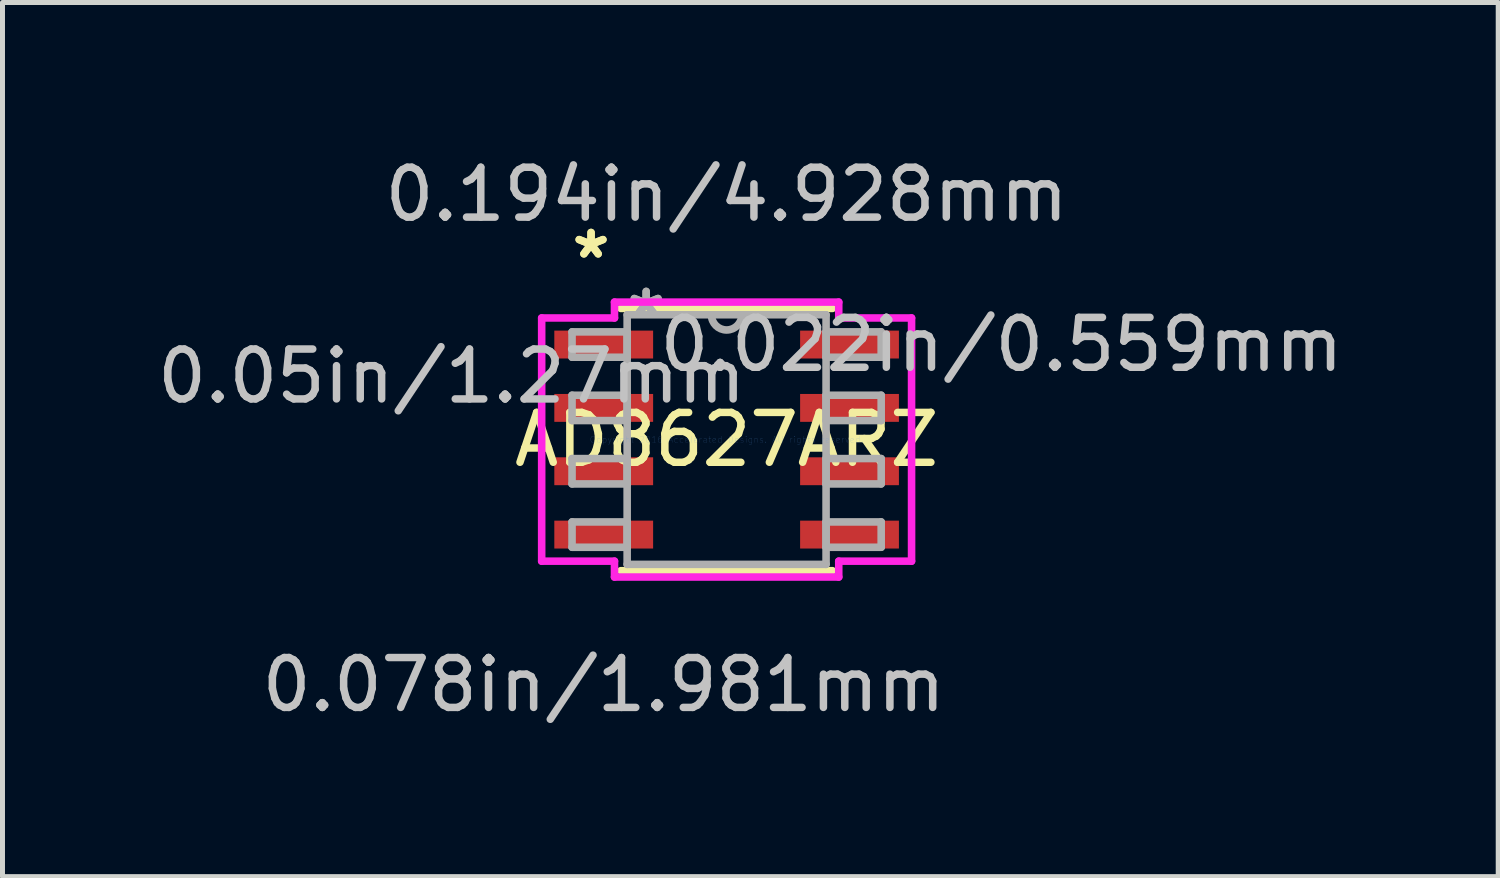
<source format=kicad_pcb>
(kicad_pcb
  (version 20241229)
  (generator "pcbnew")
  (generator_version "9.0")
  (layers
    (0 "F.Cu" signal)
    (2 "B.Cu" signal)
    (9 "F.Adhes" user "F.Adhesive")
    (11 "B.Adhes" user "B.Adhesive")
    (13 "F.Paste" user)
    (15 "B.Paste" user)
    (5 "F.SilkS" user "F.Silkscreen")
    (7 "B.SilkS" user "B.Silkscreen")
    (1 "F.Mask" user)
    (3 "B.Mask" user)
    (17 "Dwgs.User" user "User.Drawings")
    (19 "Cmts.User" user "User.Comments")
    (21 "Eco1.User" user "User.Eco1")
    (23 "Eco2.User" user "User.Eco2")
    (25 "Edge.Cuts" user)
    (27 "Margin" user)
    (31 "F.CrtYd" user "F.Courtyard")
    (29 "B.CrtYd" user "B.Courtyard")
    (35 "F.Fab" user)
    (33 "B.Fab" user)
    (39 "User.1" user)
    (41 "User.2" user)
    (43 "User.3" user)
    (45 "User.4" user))
  (footprint "AD8627ARZ"
    (layer "F.Cu")
    (at 11.518 5.763)
    (property "Reference" "AD8627ARZ" (at 0 0 0) (layer "F.SilkS") (effects (font (size 1 1) (thickness 0.15))))
    (attr through_hole)
    (fp_line (start -2.121 2.629) (end 2.121 2.629) (stroke (width 0.152) (type solid)) (layer "F.SilkS"))
    (fp_line (start 2.121 -2.629) (end -2.121 -2.629) (stroke (width 0.152) (type solid)) (layer "F.SilkS"))
    (fp_line (start -3.708 -2.438) (end -2.248 -2.438) (stroke (width 0.152) (type solid)) (layer "F.CrtYd"))
    (fp_line (start -3.708 2.438) (end -3.708 -2.438) (stroke (width 0.152) (type solid)) (layer "F.CrtYd"))
    (fp_line (start -2.248 -2.756) (end 2.248 -2.756) (stroke (width 0.152) (type solid)) (layer "F.CrtYd"))
    (fp_line (start -2.248 -2.438) (end -2.248 -2.756) (stroke (width 0.152) (type solid)) (layer "F.CrtYd"))
    (fp_line (start -2.248 2.438) (end -3.708 2.438) (stroke (width 0.152) (type solid)) (layer "F.CrtYd"))
    (fp_line (start -2.248 2.756) (end -2.248 2.438) (stroke (width 0.152) (type solid)) (layer "F.CrtYd"))
    (fp_line (start 2.248 -2.756) (end 2.248 -2.438) (stroke (width 0.152) (type solid)) (layer "F.CrtYd"))
    (fp_line (start 2.248 -2.438) (end 3.708 -2.438) (stroke (width 0.152) (type solid)) (layer "F.CrtYd"))
    (fp_line (start 2.248 2.438) (end 2.248 2.756) (stroke (width 0.152) (type solid)) (layer "F.CrtYd"))
    (fp_line (start 2.248 2.756) (end -2.248 2.756) (stroke (width 0.152) (type solid)) (layer "F.CrtYd"))
    (fp_line (start 3.708 -2.438) (end 3.708 2.438) (stroke (width 0.152) (type solid)) (layer "F.CrtYd"))
    (fp_line (start 3.708 2.438) (end 2.248 2.438) (stroke (width 0.152) (type solid)) (layer "F.CrtYd"))
    (fp_line (start -3.099 -2.159) (end -3.099 -1.651) (stroke (width 0.152) (type solid)) (layer "F.Fab"))
    (fp_line (start -3.099 -1.651) (end -1.994 -1.651) (stroke (width 0.152) (type solid)) (layer "F.Fab"))
    (fp_line (start -3.099 -0.889) (end -3.099 -0.381) (stroke (width 0.152) (type solid)) (layer "F.Fab"))
    (fp_line (start -3.099 -0.381) (end -1.994 -0.381) (stroke (width 0.152) (type solid)) (layer "F.Fab"))
    (fp_line (start -3.099 0.381) (end -3.099 0.889) (stroke (width 0.152) (type solid)) (layer "F.Fab"))
    (fp_line (start -3.099 0.889) (end -1.994 0.889) (stroke (width 0.152) (type solid)) (layer "F.Fab"))
    (fp_line (start -3.099 1.651) (end -3.099 2.159) (stroke (width 0.152) (type solid)) (layer "F.Fab"))
    (fp_line (start -3.099 2.159) (end -1.994 2.159) (stroke (width 0.152) (type solid)) (layer "F.Fab"))
    (fp_line (start -1.994 -2.502) (end -1.994 2.502) (stroke (width 0.152) (type solid)) (layer "F.Fab"))
    (fp_line (start -1.994 -2.159) (end -3.099 -2.159) (stroke (width 0.152) (type solid)) (layer "F.Fab"))
    (fp_line (start -1.994 -1.651) (end -1.994 -2.159) (stroke (width 0.152) (type solid)) (layer "F.Fab"))
    (fp_line (start -1.994 -0.889) (end -3.099 -0.889) (stroke (width 0.152) (type solid)) (layer "F.Fab"))
    (fp_line (start -1.994 -0.381) (end -1.994 -0.889) (stroke (width 0.152) (type solid)) (layer "F.Fab"))
    (fp_line (start -1.994 0.381) (end -3.099 0.381) (stroke (width 0.152) (type solid)) (layer "F.Fab"))
    (fp_line (start -1.994 0.889) (end -1.994 0.381) (stroke (width 0.152) (type solid)) (layer "F.Fab"))
    (fp_line (start -1.994 1.651) (end -3.099 1.651) (stroke (width 0.152) (type solid)) (layer "F.Fab"))
    (fp_line (start -1.994 2.159) (end -1.994 1.651) (stroke (width 0.152) (type solid)) (layer "F.Fab"))
    (fp_line (start -1.994 2.502) (end 1.994 2.502) (stroke (width 0.152) (type solid)) (layer "F.Fab"))
    (fp_line (start 1.994 -2.502) (end -1.994 -2.502) (stroke (width 0.152) (type solid)) (layer "F.Fab"))
    (fp_line (start 1.994 -2.159) (end 1.994 -1.651) (stroke (width 0.152) (type solid)) (layer "F.Fab"))
    (fp_line (start 1.994 -1.651) (end 3.099 -1.651) (stroke (width 0.152) (type solid)) (layer "F.Fab"))
    (fp_line (start 1.994 -0.889) (end 1.994 -0.381) (stroke (width 0.152) (type solid)) (layer "F.Fab"))
    (fp_line (start 1.994 -0.381) (end 3.099 -0.381) (stroke (width 0.152) (type solid)) (layer "F.Fab"))
    (fp_line (start 1.994 0.381) (end 1.994 0.889) (stroke (width 0.152) (type solid)) (layer "F.Fab"))
    (fp_line (start 1.994 0.889) (end 3.099 0.889) (stroke (width 0.152) (type solid)) (layer "F.Fab"))
    (fp_line (start 1.994 1.651) (end 1.994 2.159) (stroke (width 0.152) (type solid)) (layer "F.Fab"))
    (fp_line (start 1.994 2.159) (end 3.099 2.159) (stroke (width 0.152) (type solid)) (layer "F.Fab"))
    (fp_line (start 1.994 2.502) (end 1.994 -2.502) (stroke (width 0.152) (type solid)) (layer "F.Fab"))
    (fp_line (start 3.099 -2.159) (end 1.994 -2.159) (stroke (width 0.152) (type solid)) (layer "F.Fab"))
    (fp_line (start 3.099 -1.651) (end 3.099 -2.159) (stroke (width 0.152) (type solid)) (layer "F.Fab"))
    (fp_line (start 3.099 -0.889) (end 1.994 -0.889) (stroke (width 0.152) (type solid)) (layer "F.Fab"))
    (fp_line (start 3.099 -0.381) (end 3.099 -0.889) (stroke (width 0.152) (type solid)) (layer "F.Fab"))
    (fp_line (start 3.099 0.381) (end 1.994 0.381) (stroke (width 0.152) (type solid)) (layer "F.Fab"))
    (fp_line (start 3.099 0.889) (end 3.099 0.381) (stroke (width 0.152) (type solid)) (layer "F.Fab"))
    (fp_line (start 3.099 1.651) (end 1.994 1.651) (stroke (width 0.152) (type solid)) (layer "F.Fab"))
    (fp_line (start 3.099 2.159) (end 3.099 1.651) (stroke (width 0.152) (type solid)) (layer "F.Fab"))
    (fp_arc (start 0.3048 -2.5019) (mid 0 -2.1971) (end -0.3048 -2.5019) (stroke (width 0.1524) (type solid)) (layer "F.Fab"))
    (fp_text user "*" (at -2.718 -3.607 0) (layer "F.SilkS") (effects (font (size 1 1) (thickness 0.15))))
    (fp_text user "*" (at -2.718 -3.607 0) (layer "F.SilkS") (effects (font (size 1 1) (thickness 0.15))))
    (fp_text user "0.194in/4.928mm" (at 0 -4.915 0) (layer "Dwgs.User") (effects (font (size 1 1) (thickness 0.15))))
    (fp_text user "0.022in/0.559mm" (at 5.512 -1.905 0) (layer "Dwgs.User") (effects (font (size 1 1) (thickness 0.15))))
    (fp_text user "0.078in/1.981mm" (at -2.464 4.915 0) (layer "Dwgs.User") (effects (font (size 1 1) (thickness 0.15))))
    (fp_text user "0.05in/1.27mm" (at -5.512 -1.27 0) (layer "Dwgs.User") (effects (font (size 1 1) (thickness 0.15))))
    (fp_text user "Copyright 2016 Accelerated Designs. All rights reserved." (at 0 0 0) (layer "Cmts.User") (effects (font (size 0.127 0.127) (thickness 0.002))))
    (fp_text user "*" (at -1.613 -2.426 0) (layer "F.Fab") (effects (font (size 1 1) (thickness 0.15))))
    (fp_text user "*" (at -1.613 -2.426 0) (layer "F.Fab") (effects (font (size 1 1) (thickness 0.15))))
    (pad "1" smd rect (at -2.464 -1.905) (size 1.981 0.559) (layers "F.Cu" "F.Mask" "F.Paste"))
    (pad "2" smd rect (at -2.464 -0.635) (size 1.981 0.559) (layers "F.Cu" "F.Mask" "F.Paste"))
    (pad "3" smd rect (at -2.464 0.635) (size 1.981 0.559) (layers "F.Cu" "F.Mask" "F.Paste"))
    (pad "4" smd rect (at -2.464 1.905) (size 1.981 0.559) (layers "F.Cu" "F.Mask" "F.Paste"))
    (pad "5" smd rect (at 2.464 1.905) (size 1.981 0.559) (layers "F.Cu" "F.Mask" "F.Paste"))
    (pad "6" smd rect (at 2.464 0.635) (size 1.981 0.559) (layers "F.Cu" "F.Mask" "F.Paste"))
    (pad "7" smd rect (at 2.464 -0.635) (size 1.981 0.559) (layers "F.Cu" "F.Mask" "F.Paste"))
    (pad "8" smd rect (at 2.464 -1.905) (size 1.981 0.559) (layers "F.Cu" "F.Mask" "F.Paste")))
  (gr_rect
    (start -3 -3)
    (end 26.988 14.526)
    (stroke (width 0.1) (type default))
    (fill no)
    (layer "Edge.Cuts")))
</source>
